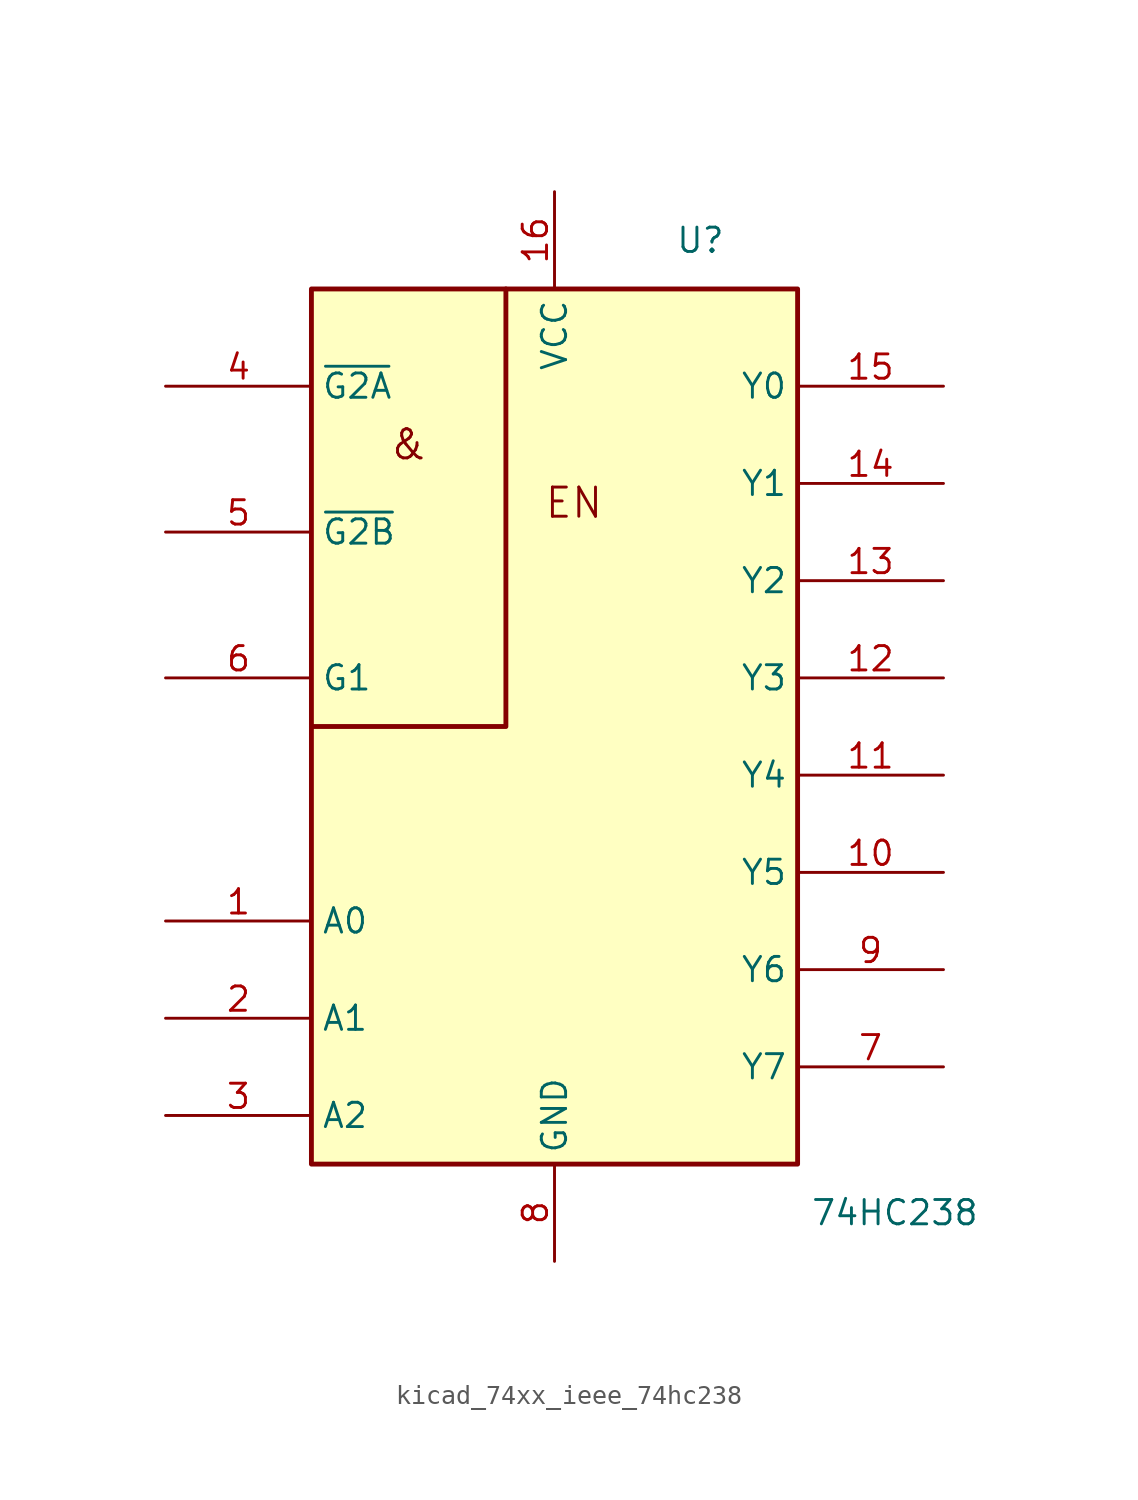
<source format=kicad_sym>
(kicad_symbol_lib
  (version 20220914)
  (generator kicad_symbol_editor)
  (symbol "kicad_74xx_ieee_74hc238"
    (property "Reference" "U"
      (at 7.62 17.78 0)
      (effects (font (size 1.27 1.27))))
    (property "Value" "74HC238"
      (at 17.78 -33.02 0)
      (effects (font (size 1.27 1.27))))
    (symbol "kicad_74xx_ieee_74hc238_0_0"
      (text "&" (at -7.62 7.112 0) (effects (font (size 1.524 1.524))))
      (text "EN" (at 1.016 4.064 0) (effects (font (size 1.524 1.524))))
      (pin power_in line (at 0 20.32 270) (length 5.08) (name "VCC" (effects (font (size 1.27 1.27)))) (number "16" (effects (font (size 1.27 1.27))))))
    (symbol "kicad_74xx_ieee_74hc238_0_1"
      (rectangle (start -12.7 15.24) (end 12.7 -30.48) (stroke (width 0.254) (type default)) (fill (type background)))
      (polyline (pts (xy -2.54 15.24) (xy -2.54 -7.62) (xy -12.7 -7.62) (xy -12.7 -7.62)) (stroke (width 0.254) (type default)) (fill (type background))))
    (symbol "kicad_74xx_ieee_74hc238_1_1"
      (pin input line (at -20.32 -17.78 0) (length 7.62) (name "A0" (effects (font (size 1.27 1.27)))) (number "1" (effects (font (size 1.27 1.27)))))
      (pin output line (at 20.32 -15.24 180) (length 7.62) (name "Y5" (effects (font (size 1.27 1.27)))) (number "10" (effects (font (size 1.27 1.27)))))
      (pin output line (at 20.32 -10.16 180) (length 7.62) (name "Y4" (effects (font (size 1.27 1.27)))) (number "11" (effects (font (size 1.27 1.27)))))
      (pin output line (at 20.32 -5.08 180) (length 7.62) (name "Y3" (effects (font (size 1.27 1.27)))) (number "12" (effects (font (size 1.27 1.27)))))
      (pin output line (at 20.32 0 180) (length 7.62) (name "Y2" (effects (font (size 1.27 1.27)))) (number "13" (effects (font (size 1.27 1.27)))))
      (pin output line (at 20.32 5.08 180) (length 7.62) (name "Y1" (effects (font (size 1.27 1.27)))) (number "14" (effects (font (size 1.27 1.27)))))
      (pin output line (at 20.32 10.16 180) (length 7.62) (name "Y0" (effects (font (size 1.27 1.27)))) (number "15" (effects (font (size 1.27 1.27)))))
      (pin input line (at -20.32 -22.86 0) (length 7.62) (name "A1" (effects (font (size 1.27 1.27)))) (number "2" (effects (font (size 1.27 1.27)))))
      (pin input line (at -20.32 -27.94 0) (length 7.62) (name "A2" (effects (font (size 1.27 1.27)))) (number "3" (effects (font (size 1.27 1.27)))))
      (pin input line (at -20.32 10.16 0) (length 7.62) (name "~{G2A}" (effects (font (size 1.27 1.27)))) (number "4" (effects (font (size 1.27 1.27)))))
      (pin input line (at -20.32 2.54 0) (length 7.62) (name "~{G2B}" (effects (font (size 1.27 1.27)))) (number "5" (effects (font (size 1.27 1.27)))))
      (pin input line (at -20.32 -5.08 0) (length 7.62) (name "G1" (effects (font (size 1.27 1.27)))) (number "6" (effects (font (size 1.27 1.27)))))
      (pin output line (at 20.32 -25.4 180) (length 7.62) (name "Y7" (effects (font (size 1.27 1.27)))) (number "7" (effects (font (size 1.27 1.27)))))
      (pin power_in line (at 0 -35.56 90) (length 5.08) (name "GND" (effects (font (size 1.27 1.27)))) (number "8" (effects (font (size 1.27 1.27)))))
      (pin output line (at 20.32 -20.32 180) (length 7.62) (name "Y6" (effects (font (size 1.27 1.27)))) (number "9" (effects (font (size 1.27 1.27))))))))
</source>
